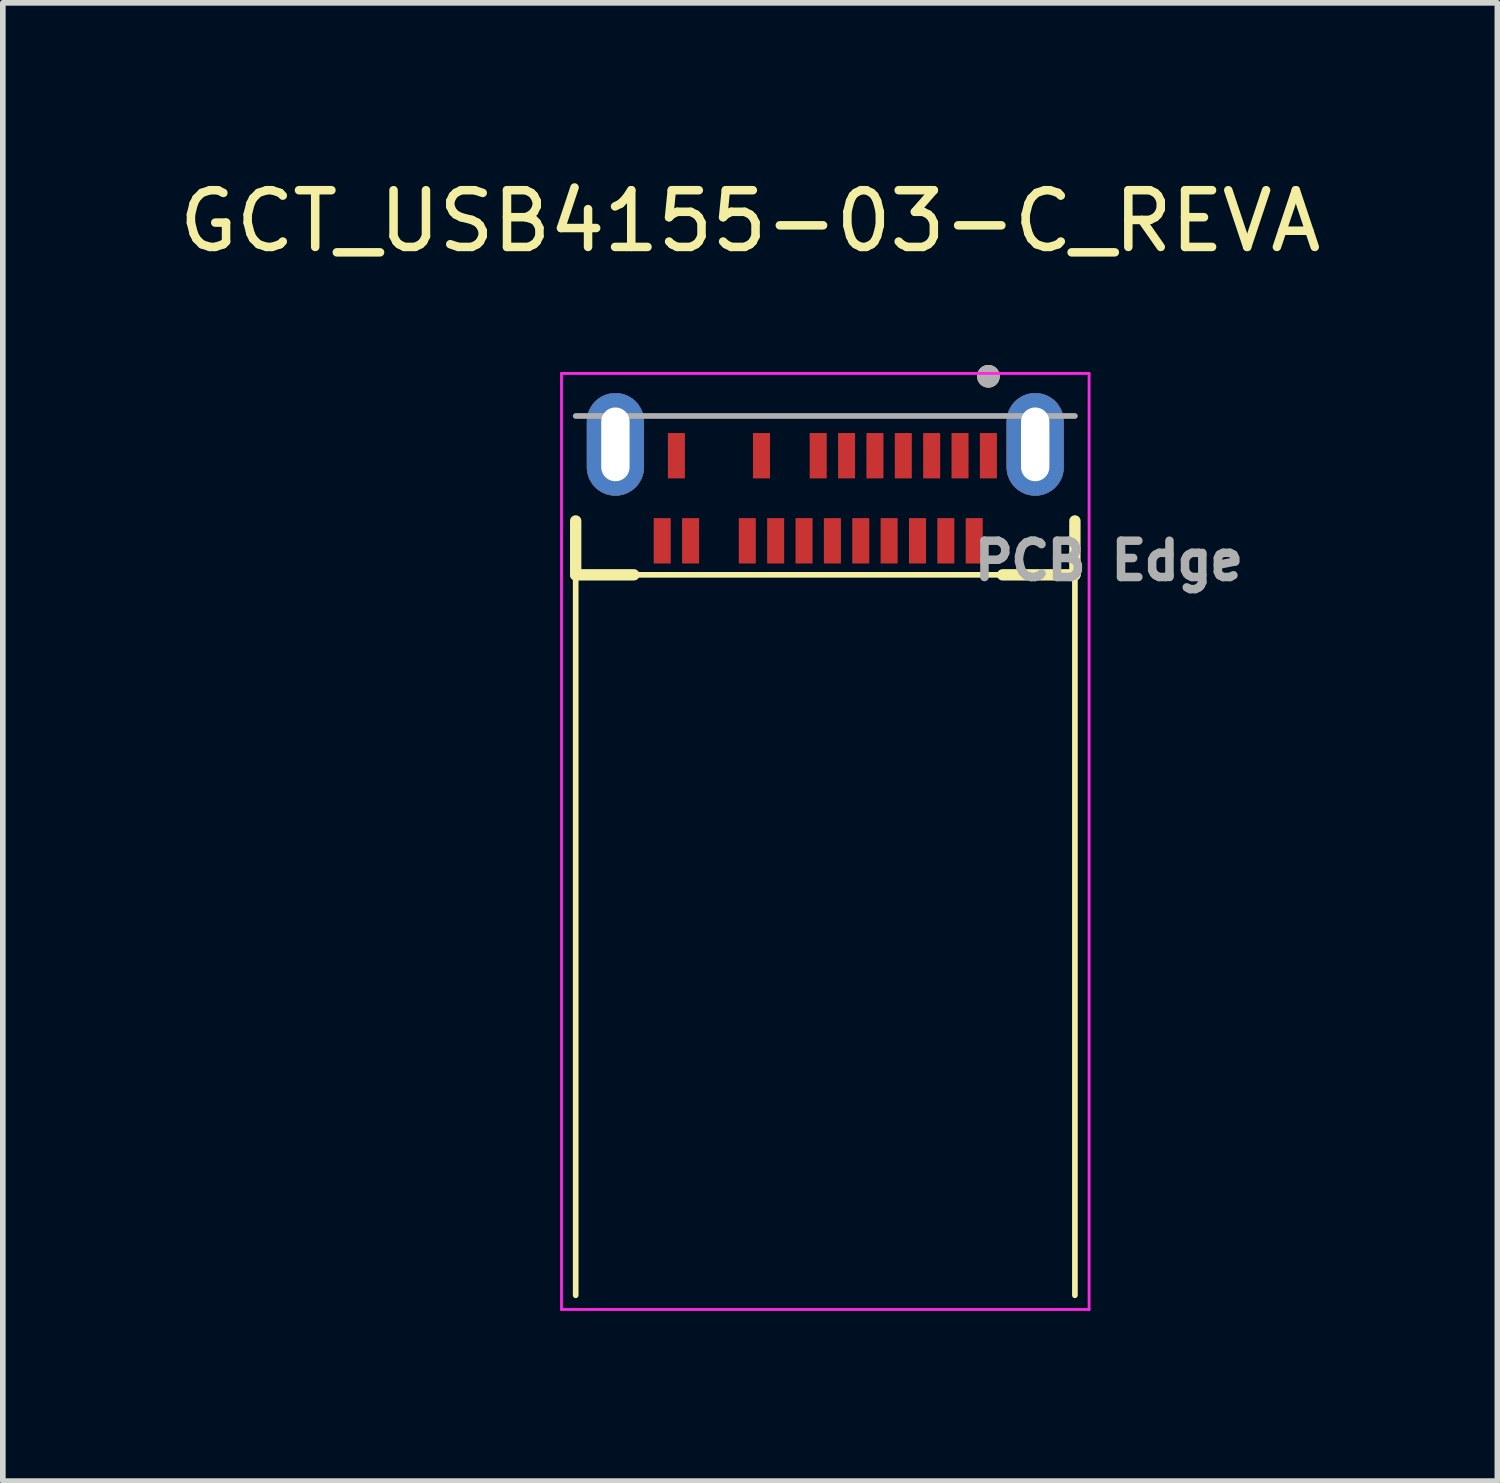
<source format=kicad_pcb>
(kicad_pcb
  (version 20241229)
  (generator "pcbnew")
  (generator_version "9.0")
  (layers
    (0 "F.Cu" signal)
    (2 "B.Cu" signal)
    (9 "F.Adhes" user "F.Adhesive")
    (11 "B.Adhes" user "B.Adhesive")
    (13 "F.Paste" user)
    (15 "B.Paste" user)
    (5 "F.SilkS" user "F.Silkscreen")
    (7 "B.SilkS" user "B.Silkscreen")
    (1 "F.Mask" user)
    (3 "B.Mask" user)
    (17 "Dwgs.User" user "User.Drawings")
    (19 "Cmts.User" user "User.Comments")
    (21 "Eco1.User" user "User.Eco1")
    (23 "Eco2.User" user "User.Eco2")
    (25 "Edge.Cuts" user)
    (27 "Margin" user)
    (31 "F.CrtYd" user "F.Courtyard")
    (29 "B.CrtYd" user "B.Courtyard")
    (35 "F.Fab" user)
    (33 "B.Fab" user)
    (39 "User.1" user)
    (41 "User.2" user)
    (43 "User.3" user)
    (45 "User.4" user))
  (footprint "GCT_USB4155-03-C_REVA"
    (layer "F.Cu")
    (at 11.498 5.733)
    (property "Reference" "GCT_USB4155-03-C_REVA" (at -1.325 -4.885 0) (layer "F.SilkS") (effects (font (size 1 1) (thickness 0.15))))
    (attr through_hole)
    (fp_poly (pts (xy -3.7 -1.85) (xy -3.726 -1.849) (xy -3.752 -1.847) (xy -3.778 -1.844) (xy -3.804 -1.839) (xy -3.829 -1.833) (xy -3.855 -1.826) (xy -3.879 -1.817) (xy -3.903 -1.807) (xy -3.927 -1.796) (xy -3.95 -1.783) (xy -3.972 -1.769) (xy -3.994 -1.755) (xy -4.015 -1.739) (xy -4.035 -1.722) (xy -4.054 -1.704) (xy -4.072 -1.685) (xy -4.089 -1.665) (xy -4.105 -1.644) (xy -4.119 -1.622) (xy -4.133 -1.6) (xy -4.146 -1.577) (xy -4.157 -1.553) (xy -4.167 -1.529) (xy -4.176 -1.505) (xy -4.183 -1.479) (xy -4.189 -1.454) (xy -4.194 -1.428) (xy -4.197 -1.402) (xy -4.199 -1.376) (xy -4.2 -1.35) (xy -4.2 -0.55) (xy -4.199 -0.524) (xy -4.197 -0.498) (xy -4.194 -0.472) (xy -4.189 -0.446) (xy -4.183 -0.421) (xy -4.176 -0.395) (xy -4.167 -0.371) (xy -4.157 -0.347) (xy -4.146 -0.323) (xy -4.133 -0.3) (xy -4.119 -0.278) (xy -4.105 -0.256) (xy -4.089 -0.235) (xy -4.072 -0.215) (xy -4.054 -0.196) (xy -4.035 -0.178) (xy -4.015 -0.161) (xy -3.994 -0.145) (xy -3.972 -0.131) (xy -3.95 -0.117) (xy -3.927 -0.104) (xy -3.903 -0.093) (xy -3.879 -0.083) (xy -3.855 -0.074) (xy -3.829 -0.067) (xy -3.804 -0.061) (xy -3.778 -0.056) (xy -3.752 -0.053) (xy -3.726 -0.051) (xy -3.7 -0.05) (xy -3.674 -0.051) (xy -3.648 -0.053) (xy -3.622 -0.056) (xy -3.596 -0.061) (xy -3.571 -0.067) (xy -3.545 -0.074) (xy -3.521 -0.083) (xy -3.497 -0.093) (xy -3.473 -0.104) (xy -3.45 -0.117) (xy -3.428 -0.131) (xy -3.406 -0.145) (xy -3.385 -0.161) (xy -3.365 -0.178) (xy -3.346 -0.196) (xy -3.328 -0.215) (xy -3.311 -0.235) (xy -3.295 -0.256) (xy -3.281 -0.278) (xy -3.267 -0.3) (xy -3.254 -0.323) (xy -3.243 -0.347) (xy -3.233 -0.371) (xy -3.224 -0.395) (xy -3.217 -0.421) (xy -3.211 -0.446) (xy -3.206 -0.472) (xy -3.203 -0.498) (xy -3.201 -0.524) (xy -3.2 -0.55) (xy -3.2 -1.35) (xy -3.201 -1.376) (xy -3.203 -1.402) (xy -3.206 -1.428) (xy -3.211 -1.454) (xy -3.217 -1.479) (xy -3.224 -1.505) (xy -3.233 -1.529) (xy -3.243 -1.553) (xy -3.254 -1.577) (xy -3.267 -1.6) (xy -3.281 -1.622) (xy -3.295 -1.644) (xy -3.311 -1.665) (xy -3.328 -1.685) (xy -3.346 -1.704) (xy -3.365 -1.722) (xy -3.385 -1.739) (xy -3.406 -1.755) (xy -3.428 -1.769) (xy -3.45 -1.783) (xy -3.473 -1.796) (xy -3.497 -1.807) (xy -3.521 -1.817) (xy -3.545 -1.826) (xy -3.571 -1.833) (xy -3.596 -1.839) (xy -3.622 -1.844) (xy -3.648 -1.847) (xy -3.674 -1.849) (xy -3.7 -1.85)) (stroke (width 0.01) (type solid)) (fill yes) (layer "F.Cu"))
    (fp_poly (pts (xy 3.7 -1.85) (xy 3.674 -1.849) (xy 3.648 -1.847) (xy 3.622 -1.844) (xy 3.596 -1.839) (xy 3.571 -1.833) (xy 3.545 -1.826) (xy 3.521 -1.817) (xy 3.497 -1.807) (xy 3.473 -1.796) (xy 3.45 -1.783) (xy 3.428 -1.769) (xy 3.406 -1.755) (xy 3.385 -1.739) (xy 3.365 -1.722) (xy 3.346 -1.704) (xy 3.328 -1.685) (xy 3.311 -1.665) (xy 3.295 -1.644) (xy 3.281 -1.622) (xy 3.267 -1.6) (xy 3.254 -1.577) (xy 3.243 -1.553) (xy 3.233 -1.529) (xy 3.224 -1.505) (xy 3.217 -1.479) (xy 3.211 -1.454) (xy 3.206 -1.428) (xy 3.203 -1.402) (xy 3.201 -1.376) (xy 3.2 -1.35) (xy 3.2 -0.55) (xy 3.201 -0.524) (xy 3.203 -0.498) (xy 3.206 -0.472) (xy 3.211 -0.446) (xy 3.217 -0.421) (xy 3.224 -0.395) (xy 3.233 -0.371) (xy 3.243 -0.347) (xy 3.254 -0.323) (xy 3.267 -0.3) (xy 3.281 -0.278) (xy 3.295 -0.256) (xy 3.311 -0.235) (xy 3.328 -0.215) (xy 3.346 -0.196) (xy 3.365 -0.178) (xy 3.385 -0.161) (xy 3.406 -0.145) (xy 3.428 -0.131) (xy 3.45 -0.117) (xy 3.473 -0.104) (xy 3.497 -0.093) (xy 3.521 -0.083) (xy 3.545 -0.074) (xy 3.571 -0.067) (xy 3.596 -0.061) (xy 3.622 -0.056) (xy 3.648 -0.053) (xy 3.674 -0.051) (xy 3.7 -0.05) (xy 3.726 -0.051) (xy 3.752 -0.053) (xy 3.778 -0.056) (xy 3.804 -0.061) (xy 3.829 -0.067) (xy 3.855 -0.074) (xy 3.879 -0.083) (xy 3.903 -0.093) (xy 3.927 -0.104) (xy 3.95 -0.117) (xy 3.972 -0.131) (xy 3.994 -0.145) (xy 4.015 -0.161) (xy 4.035 -0.178) (xy 4.054 -0.196) (xy 4.072 -0.215) (xy 4.089 -0.235) (xy 4.105 -0.256) (xy 4.119 -0.278) (xy 4.133 -0.3) (xy 4.146 -0.323) (xy 4.157 -0.347) (xy 4.167 -0.371) (xy 4.176 -0.395) (xy 4.183 -0.421) (xy 4.189 -0.446) (xy 4.194 -0.472) (xy 4.197 -0.498) (xy 4.199 -0.524) (xy 4.2 -0.55) (xy 4.2 -1.35) (xy 4.199 -1.376) (xy 4.197 -1.402) (xy 4.194 -1.428) (xy 4.189 -1.454) (xy 4.183 -1.479) (xy 4.176 -1.505) (xy 4.167 -1.529) (xy 4.157 -1.553) (xy 4.146 -1.577) (xy 4.133 -1.6) (xy 4.119 -1.622) (xy 4.105 -1.644) (xy 4.089 -1.665) (xy 4.072 -1.685) (xy 4.054 -1.704) (xy 4.035 -1.722) (xy 4.015 -1.739) (xy 3.994 -1.755) (xy 3.972 -1.769) (xy 3.95 -1.783) (xy 3.927 -1.796) (xy 3.903 -1.807) (xy 3.879 -1.817) (xy 3.855 -1.826) (xy 3.829 -1.833) (xy 3.804 -1.839) (xy 3.778 -1.844) (xy 3.752 -1.847) (xy 3.726 -1.849) (xy 3.7 -1.85)) (stroke (width 0.01) (type solid)) (fill yes) (layer "F.Cu"))
    (fp_poly (pts (xy -3.7 -1.95) (xy -3.731 -1.949) (xy -3.763 -1.947) (xy -3.794 -1.943) (xy -3.825 -1.937) (xy -3.855 -1.93) (xy -3.885 -1.921) (xy -3.915 -1.91) (xy -3.944 -1.898) (xy -3.972 -1.885) (xy -4 -1.87) (xy -4.027 -1.853) (xy -4.053 -1.835) (xy -4.078 -1.816) (xy -4.101 -1.796) (xy -4.124 -1.774) (xy -4.146 -1.751) (xy -4.166 -1.728) (xy -4.185 -1.703) (xy -4.203 -1.677) (xy -4.22 -1.65) (xy -4.235 -1.622) (xy -4.248 -1.594) (xy -4.26 -1.565) (xy -4.271 -1.535) (xy -4.28 -1.505) (xy -4.287 -1.475) (xy -4.293 -1.444) (xy -4.297 -1.413) (xy -4.299 -1.381) (xy -4.3 -1.35) (xy -4.3 -0.55) (xy -4.299 -0.519) (xy -4.297 -0.487) (xy -4.293 -0.456) (xy -4.287 -0.425) (xy -4.28 -0.395) (xy -4.271 -0.365) (xy -4.26 -0.335) (xy -4.248 -0.306) (xy -4.235 -0.278) (xy -4.22 -0.25) (xy -4.203 -0.223) (xy -4.185 -0.197) (xy -4.166 -0.172) (xy -4.146 -0.149) (xy -4.124 -0.126) (xy -4.101 -0.104) (xy -4.078 -0.084) (xy -4.053 -0.065) (xy -4.027 -0.047) (xy -4 -0.03) (xy -3.972 -0.015) (xy -3.944 -0.002) (xy -3.915 0.01) (xy -3.885 0.021) (xy -3.855 0.03) (xy -3.825 0.037) (xy -3.794 0.043) (xy -3.763 0.047) (xy -3.731 0.049) (xy -3.7 0.05) (xy -3.669 0.049) (xy -3.637 0.047) (xy -3.606 0.043) (xy -3.575 0.037) (xy -3.545 0.03) (xy -3.515 0.021) (xy -3.485 0.01) (xy -3.456 -0.002) (xy -3.428 -0.015) (xy -3.4 -0.03) (xy -3.373 -0.047) (xy -3.347 -0.065) (xy -3.322 -0.084) (xy -3.299 -0.104) (xy -3.276 -0.126) (xy -3.254 -0.149) (xy -3.234 -0.172) (xy -3.215 -0.197) (xy -3.197 -0.223) (xy -3.18 -0.25) (xy -3.165 -0.278) (xy -3.152 -0.306) (xy -3.14 -0.335) (xy -3.129 -0.365) (xy -3.12 -0.395) (xy -3.113 -0.425) (xy -3.107 -0.456) (xy -3.103 -0.487) (xy -3.101 -0.519) (xy -3.1 -0.55) (xy -3.1 -1.35) (xy -3.101 -1.381) (xy -3.103 -1.413) (xy -3.107 -1.444) (xy -3.113 -1.475) (xy -3.12 -1.505) (xy -3.129 -1.535) (xy -3.14 -1.565) (xy -3.152 -1.594) (xy -3.165 -1.622) (xy -3.18 -1.65) (xy -3.197 -1.677) (xy -3.215 -1.703) (xy -3.234 -1.728) (xy -3.254 -1.751) (xy -3.276 -1.774) (xy -3.299 -1.796) (xy -3.322 -1.816) (xy -3.347 -1.835) (xy -3.373 -1.853) (xy -3.4 -1.87) (xy -3.428 -1.885) (xy -3.456 -1.898) (xy -3.485 -1.91) (xy -3.515 -1.921) (xy -3.545 -1.93) (xy -3.575 -1.937) (xy -3.606 -1.943) (xy -3.637 -1.947) (xy -3.669 -1.949) (xy -3.7 -1.95)) (stroke (width 0.01) (type solid)) (fill yes) (layer "F.Mask"))
    (fp_poly (pts (xy 3.7 -1.95) (xy 3.669 -1.949) (xy 3.637 -1.947) (xy 3.606 -1.943) (xy 3.575 -1.937) (xy 3.545 -1.93) (xy 3.515 -1.921) (xy 3.485 -1.91) (xy 3.456 -1.898) (xy 3.428 -1.885) (xy 3.4 -1.87) (xy 3.373 -1.853) (xy 3.347 -1.835) (xy 3.322 -1.816) (xy 3.299 -1.796) (xy 3.276 -1.774) (xy 3.254 -1.751) (xy 3.234 -1.728) (xy 3.215 -1.703) (xy 3.197 -1.677) (xy 3.18 -1.65) (xy 3.165 -1.622) (xy 3.152 -1.594) (xy 3.14 -1.565) (xy 3.129 -1.535) (xy 3.12 -1.505) (xy 3.113 -1.475) (xy 3.107 -1.444) (xy 3.103 -1.413) (xy 3.101 -1.381) (xy 3.1 -1.35) (xy 3.1 -0.55) (xy 3.101 -0.519) (xy 3.103 -0.487) (xy 3.107 -0.456) (xy 3.113 -0.425) (xy 3.12 -0.395) (xy 3.129 -0.365) (xy 3.14 -0.335) (xy 3.152 -0.306) (xy 3.165 -0.278) (xy 3.18 -0.25) (xy 3.197 -0.223) (xy 3.215 -0.197) (xy 3.234 -0.172) (xy 3.254 -0.149) (xy 3.276 -0.126) (xy 3.299 -0.104) (xy 3.322 -0.084) (xy 3.347 -0.065) (xy 3.373 -0.047) (xy 3.4 -0.03) (xy 3.428 -0.015) (xy 3.456 -0.002) (xy 3.485 0.01) (xy 3.515 0.021) (xy 3.545 0.03) (xy 3.575 0.037) (xy 3.606 0.043) (xy 3.637 0.047) (xy 3.669 0.049) (xy 3.7 0.05) (xy 3.731 0.049) (xy 3.763 0.047) (xy 3.794 0.043) (xy 3.825 0.037) (xy 3.855 0.03) (xy 3.885 0.021) (xy 3.915 0.01) (xy 3.944 -0.002) (xy 3.972 -0.015) (xy 4 -0.03) (xy 4.027 -0.047) (xy 4.053 -0.065) (xy 4.078 -0.084) (xy 4.101 -0.104) (xy 4.124 -0.126) (xy 4.146 -0.149) (xy 4.166 -0.172) (xy 4.185 -0.197) (xy 4.203 -0.223) (xy 4.22 -0.25) (xy 4.235 -0.278) (xy 4.248 -0.306) (xy 4.26 -0.335) (xy 4.271 -0.365) (xy 4.28 -0.395) (xy 4.287 -0.425) (xy 4.293 -0.456) (xy 4.297 -0.487) (xy 4.299 -0.519) (xy 4.3 -0.55) (xy 4.3 -1.35) (xy 4.299 -1.381) (xy 4.297 -1.413) (xy 4.293 -1.444) (xy 4.287 -1.475) (xy 4.28 -1.505) (xy 4.271 -1.535) (xy 4.26 -1.565) (xy 4.248 -1.594) (xy 4.235 -1.622) (xy 4.22 -1.65) (xy 4.203 -1.677) (xy 4.185 -1.703) (xy 4.166 -1.728) (xy 4.146 -1.751) (xy 4.124 -1.774) (xy 4.101 -1.796) (xy 4.078 -1.816) (xy 4.053 -1.835) (xy 4.027 -1.853) (xy 4 -1.87) (xy 3.972 -1.885) (xy 3.944 -1.898) (xy 3.915 -1.91) (xy 3.885 -1.921) (xy 3.855 -1.93) (xy 3.825 -1.937) (xy 3.794 -1.943) (xy 3.763 -1.947) (xy 3.731 -1.949) (xy 3.7 -1.95)) (stroke (width 0.01) (type solid)) (fill yes) (layer "F.Mask"))
    (fp_poly (pts (xy -3.7 -1.85) (xy -3.726 -1.849) (xy -3.752 -1.847) (xy -3.778 -1.844) (xy -3.804 -1.839) (xy -3.829 -1.833) (xy -3.855 -1.826) (xy -3.879 -1.817) (xy -3.903 -1.807) (xy -3.927 -1.796) (xy -3.95 -1.783) (xy -3.972 -1.769) (xy -3.994 -1.755) (xy -4.015 -1.739) (xy -4.035 -1.722) (xy -4.054 -1.704) (xy -4.072 -1.685) (xy -4.089 -1.665) (xy -4.105 -1.644) (xy -4.119 -1.622) (xy -4.133 -1.6) (xy -4.146 -1.577) (xy -4.157 -1.553) (xy -4.167 -1.529) (xy -4.176 -1.505) (xy -4.183 -1.479) (xy -4.189 -1.454) (xy -4.194 -1.428) (xy -4.197 -1.402) (xy -4.199 -1.376) (xy -4.2 -1.35) (xy -4.2 -0.55) (xy -4.199 -0.524) (xy -4.197 -0.498) (xy -4.194 -0.472) (xy -4.189 -0.446) (xy -4.183 -0.421) (xy -4.176 -0.395) (xy -4.167 -0.371) (xy -4.157 -0.347) (xy -4.146 -0.323) (xy -4.133 -0.3) (xy -4.119 -0.278) (xy -4.105 -0.256) (xy -4.089 -0.235) (xy -4.072 -0.215) (xy -4.054 -0.196) (xy -4.035 -0.178) (xy -4.015 -0.161) (xy -3.994 -0.145) (xy -3.972 -0.131) (xy -3.95 -0.117) (xy -3.927 -0.104) (xy -3.903 -0.093) (xy -3.879 -0.083) (xy -3.855 -0.074) (xy -3.829 -0.067) (xy -3.804 -0.061) (xy -3.778 -0.056) (xy -3.752 -0.053) (xy -3.726 -0.051) (xy -3.7 -0.05) (xy -3.674 -0.051) (xy -3.648 -0.053) (xy -3.622 -0.056) (xy -3.596 -0.061) (xy -3.571 -0.067) (xy -3.545 -0.074) (xy -3.521 -0.083) (xy -3.497 -0.093) (xy -3.473 -0.104) (xy -3.45 -0.117) (xy -3.428 -0.131) (xy -3.406 -0.145) (xy -3.385 -0.161) (xy -3.365 -0.178) (xy -3.346 -0.196) (xy -3.328 -0.215) (xy -3.311 -0.235) (xy -3.295 -0.256) (xy -3.281 -0.278) (xy -3.267 -0.3) (xy -3.254 -0.323) (xy -3.243 -0.347) (xy -3.233 -0.371) (xy -3.224 -0.395) (xy -3.217 -0.421) (xy -3.211 -0.446) (xy -3.206 -0.472) (xy -3.203 -0.498) (xy -3.201 -0.524) (xy -3.2 -0.55) (xy -3.2 -1.35) (xy -3.201 -1.376) (xy -3.203 -1.402) (xy -3.206 -1.428) (xy -3.211 -1.454) (xy -3.217 -1.479) (xy -3.224 -1.505) (xy -3.233 -1.529) (xy -3.243 -1.553) (xy -3.254 -1.577) (xy -3.267 -1.6) (xy -3.281 -1.622) (xy -3.295 -1.644) (xy -3.311 -1.665) (xy -3.328 -1.685) (xy -3.346 -1.704) (xy -3.365 -1.722) (xy -3.385 -1.739) (xy -3.406 -1.755) (xy -3.428 -1.769) (xy -3.45 -1.783) (xy -3.473 -1.796) (xy -3.497 -1.807) (xy -3.521 -1.817) (xy -3.545 -1.826) (xy -3.571 -1.833) (xy -3.596 -1.839) (xy -3.622 -1.844) (xy -3.648 -1.847) (xy -3.674 -1.849) (xy -3.7 -1.85)) (stroke (width 0.01) (type solid)) (fill yes) (layer "B.Cu"))
    (fp_poly (pts (xy 3.7 -1.85) (xy 3.674 -1.849) (xy 3.648 -1.847) (xy 3.622 -1.844) (xy 3.596 -1.839) (xy 3.571 -1.833) (xy 3.545 -1.826) (xy 3.521 -1.817) (xy 3.497 -1.807) (xy 3.473 -1.796) (xy 3.45 -1.783) (xy 3.428 -1.769) (xy 3.406 -1.755) (xy 3.385 -1.739) (xy 3.365 -1.722) (xy 3.346 -1.704) (xy 3.328 -1.685) (xy 3.311 -1.665) (xy 3.295 -1.644) (xy 3.281 -1.622) (xy 3.267 -1.6) (xy 3.254 -1.577) (xy 3.243 -1.553) (xy 3.233 -1.529) (xy 3.224 -1.505) (xy 3.217 -1.479) (xy 3.211 -1.454) (xy 3.206 -1.428) (xy 3.203 -1.402) (xy 3.201 -1.376) (xy 3.2 -1.35) (xy 3.2 -0.55) (xy 3.201 -0.524) (xy 3.203 -0.498) (xy 3.206 -0.472) (xy 3.211 -0.446) (xy 3.217 -0.421) (xy 3.224 -0.395) (xy 3.233 -0.371) (xy 3.243 -0.347) (xy 3.254 -0.323) (xy 3.267 -0.3) (xy 3.281 -0.278) (xy 3.295 -0.256) (xy 3.311 -0.235) (xy 3.328 -0.215) (xy 3.346 -0.196) (xy 3.365 -0.178) (xy 3.385 -0.161) (xy 3.406 -0.145) (xy 3.428 -0.131) (xy 3.45 -0.117) (xy 3.473 -0.104) (xy 3.497 -0.093) (xy 3.521 -0.083) (xy 3.545 -0.074) (xy 3.571 -0.067) (xy 3.596 -0.061) (xy 3.622 -0.056) (xy 3.648 -0.053) (xy 3.674 -0.051) (xy 3.7 -0.05) (xy 3.726 -0.051) (xy 3.752 -0.053) (xy 3.778 -0.056) (xy 3.804 -0.061) (xy 3.829 -0.067) (xy 3.855 -0.074) (xy 3.879 -0.083) (xy 3.903 -0.093) (xy 3.927 -0.104) (xy 3.95 -0.117) (xy 3.972 -0.131) (xy 3.994 -0.145) (xy 4.015 -0.161) (xy 4.035 -0.178) (xy 4.054 -0.196) (xy 4.072 -0.215) (xy 4.089 -0.235) (xy 4.105 -0.256) (xy 4.119 -0.278) (xy 4.133 -0.3) (xy 4.146 -0.323) (xy 4.157 -0.347) (xy 4.167 -0.371) (xy 4.176 -0.395) (xy 4.183 -0.421) (xy 4.189 -0.446) (xy 4.194 -0.472) (xy 4.197 -0.498) (xy 4.199 -0.524) (xy 4.2 -0.55) (xy 4.2 -1.35) (xy 4.199 -1.376) (xy 4.197 -1.402) (xy 4.194 -1.428) (xy 4.189 -1.454) (xy 4.183 -1.479) (xy 4.176 -1.505) (xy 4.167 -1.529) (xy 4.157 -1.553) (xy 4.146 -1.577) (xy 4.133 -1.6) (xy 4.119 -1.622) (xy 4.105 -1.644) (xy 4.089 -1.665) (xy 4.072 -1.685) (xy 4.054 -1.704) (xy 4.035 -1.722) (xy 4.015 -1.739) (xy 3.994 -1.755) (xy 3.972 -1.769) (xy 3.95 -1.783) (xy 3.927 -1.796) (xy 3.903 -1.807) (xy 3.879 -1.817) (xy 3.855 -1.826) (xy 3.829 -1.833) (xy 3.804 -1.839) (xy 3.778 -1.844) (xy 3.752 -1.847) (xy 3.726 -1.849) (xy 3.7 -1.85)) (stroke (width 0.01) (type solid)) (fill yes) (layer "B.Cu"))
    (fp_poly (pts (xy -3.7 -1.95) (xy -3.731 -1.949) (xy -3.763 -1.947) (xy -3.794 -1.943) (xy -3.825 -1.937) (xy -3.855 -1.93) (xy -3.885 -1.921) (xy -3.915 -1.91) (xy -3.944 -1.898) (xy -3.972 -1.885) (xy -4 -1.87) (xy -4.027 -1.853) (xy -4.053 -1.835) (xy -4.078 -1.816) (xy -4.101 -1.796) (xy -4.124 -1.774) (xy -4.146 -1.751) (xy -4.166 -1.728) (xy -4.185 -1.703) (xy -4.203 -1.677) (xy -4.22 -1.65) (xy -4.235 -1.622) (xy -4.248 -1.594) (xy -4.26 -1.565) (xy -4.271 -1.535) (xy -4.28 -1.505) (xy -4.287 -1.475) (xy -4.293 -1.444) (xy -4.297 -1.413) (xy -4.299 -1.381) (xy -4.3 -1.35) (xy -4.3 -0.55) (xy -4.299 -0.519) (xy -4.297 -0.487) (xy -4.293 -0.456) (xy -4.287 -0.425) (xy -4.28 -0.395) (xy -4.271 -0.365) (xy -4.26 -0.335) (xy -4.248 -0.306) (xy -4.235 -0.278) (xy -4.22 -0.25) (xy -4.203 -0.223) (xy -4.185 -0.197) (xy -4.166 -0.172) (xy -4.146 -0.149) (xy -4.124 -0.126) (xy -4.101 -0.104) (xy -4.078 -0.084) (xy -4.053 -0.065) (xy -4.027 -0.047) (xy -4 -0.03) (xy -3.972 -0.015) (xy -3.944 -0.002) (xy -3.915 0.01) (xy -3.885 0.021) (xy -3.855 0.03) (xy -3.825 0.037) (xy -3.794 0.043) (xy -3.763 0.047) (xy -3.731 0.049) (xy -3.7 0.05) (xy -3.669 0.049) (xy -3.637 0.047) (xy -3.606 0.043) (xy -3.575 0.037) (xy -3.545 0.03) (xy -3.515 0.021) (xy -3.485 0.01) (xy -3.456 -0.002) (xy -3.428 -0.015) (xy -3.4 -0.03) (xy -3.373 -0.047) (xy -3.347 -0.065) (xy -3.322 -0.084) (xy -3.299 -0.104) (xy -3.276 -0.126) (xy -3.254 -0.149) (xy -3.234 -0.172) (xy -3.215 -0.197) (xy -3.197 -0.223) (xy -3.18 -0.25) (xy -3.165 -0.278) (xy -3.152 -0.306) (xy -3.14 -0.335) (xy -3.129 -0.365) (xy -3.12 -0.395) (xy -3.113 -0.425) (xy -3.107 -0.456) (xy -3.103 -0.487) (xy -3.101 -0.519) (xy -3.1 -0.55) (xy -3.1 -1.35) (xy -3.101 -1.381) (xy -3.103 -1.413) (xy -3.107 -1.444) (xy -3.113 -1.475) (xy -3.12 -1.505) (xy -3.129 -1.535) (xy -3.14 -1.565) (xy -3.152 -1.594) (xy -3.165 -1.622) (xy -3.18 -1.65) (xy -3.197 -1.677) (xy -3.215 -1.703) (xy -3.234 -1.728) (xy -3.254 -1.751) (xy -3.276 -1.774) (xy -3.299 -1.796) (xy -3.322 -1.816) (xy -3.347 -1.835) (xy -3.373 -1.853) (xy -3.4 -1.87) (xy -3.428 -1.885) (xy -3.456 -1.898) (xy -3.485 -1.91) (xy -3.515 -1.921) (xy -3.545 -1.93) (xy -3.575 -1.937) (xy -3.606 -1.943) (xy -3.637 -1.947) (xy -3.669 -1.949) (xy -3.7 -1.95)) (stroke (width 0.01) (type solid)) (fill yes) (layer "B.Mask"))
    (fp_poly (pts (xy 3.7 -1.95) (xy 3.669 -1.949) (xy 3.637 -1.947) (xy 3.606 -1.943) (xy 3.575 -1.937) (xy 3.545 -1.93) (xy 3.515 -1.921) (xy 3.485 -1.91) (xy 3.456 -1.898) (xy 3.428 -1.885) (xy 3.4 -1.87) (xy 3.373 -1.853) (xy 3.347 -1.835) (xy 3.322 -1.816) (xy 3.299 -1.796) (xy 3.276 -1.774) (xy 3.254 -1.751) (xy 3.234 -1.728) (xy 3.215 -1.703) (xy 3.197 -1.677) (xy 3.18 -1.65) (xy 3.165 -1.622) (xy 3.152 -1.594) (xy 3.14 -1.565) (xy 3.129 -1.535) (xy 3.12 -1.505) (xy 3.113 -1.475) (xy 3.107 -1.444) (xy 3.103 -1.413) (xy 3.101 -1.381) (xy 3.1 -1.35) (xy 3.1 -0.55) (xy 3.101 -0.519) (xy 3.103 -0.487) (xy 3.107 -0.456) (xy 3.113 -0.425) (xy 3.12 -0.395) (xy 3.129 -0.365) (xy 3.14 -0.335) (xy 3.152 -0.306) (xy 3.165 -0.278) (xy 3.18 -0.25) (xy 3.197 -0.223) (xy 3.215 -0.197) (xy 3.234 -0.172) (xy 3.254 -0.149) (xy 3.276 -0.126) (xy 3.299 -0.104) (xy 3.322 -0.084) (xy 3.347 -0.065) (xy 3.373 -0.047) (xy 3.4 -0.03) (xy 3.428 -0.015) (xy 3.456 -0.002) (xy 3.485 0.01) (xy 3.515 0.021) (xy 3.545 0.03) (xy 3.575 0.037) (xy 3.606 0.043) (xy 3.637 0.047) (xy 3.669 0.049) (xy 3.7 0.05) (xy 3.731 0.049) (xy 3.763 0.047) (xy 3.794 0.043) (xy 3.825 0.037) (xy 3.855 0.03) (xy 3.885 0.021) (xy 3.915 0.01) (xy 3.944 -0.002) (xy 3.972 -0.015) (xy 4 -0.03) (xy 4.027 -0.047) (xy 4.053 -0.065) (xy 4.078 -0.084) (xy 4.101 -0.104) (xy 4.124 -0.126) (xy 4.146 -0.149) (xy 4.166 -0.172) (xy 4.185 -0.197) (xy 4.203 -0.223) (xy 4.22 -0.25) (xy 4.235 -0.278) (xy 4.248 -0.306) (xy 4.26 -0.335) (xy 4.271 -0.365) (xy 4.28 -0.395) (xy 4.287 -0.425) (xy 4.293 -0.456) (xy 4.297 -0.487) (xy 4.299 -0.519) (xy 4.3 -0.55) (xy 4.3 -1.35) (xy 4.299 -1.381) (xy 4.297 -1.413) (xy 4.293 -1.444) (xy 4.287 -1.475) (xy 4.28 -1.505) (xy 4.271 -1.535) (xy 4.26 -1.565) (xy 4.248 -1.594) (xy 4.235 -1.622) (xy 4.22 -1.65) (xy 4.203 -1.677) (xy 4.185 -1.703) (xy 4.166 -1.728) (xy 4.146 -1.751) (xy 4.124 -1.774) (xy 4.101 -1.796) (xy 4.078 -1.816) (xy 4.053 -1.835) (xy 4.027 -1.853) (xy 4 -1.87) (xy 3.972 -1.885) (xy 3.944 -1.898) (xy 3.915 -1.91) (xy 3.885 -1.921) (xy 3.855 -1.93) (xy 3.825 -1.937) (xy 3.794 -1.943) (xy 3.763 -1.947) (xy 3.731 -1.949) (xy 3.7 -1.95)) (stroke (width 0.01) (type solid)) (fill yes) (layer "B.Mask"))
    (fp_line (start -4.4 1.35) (end -4.4 0.4) (stroke (width 0.2) (type solid)) (layer "F.SilkS"))
    (fp_line (start -4.4 1.35) (end -3.375 1.35) (stroke (width 0.2) (type solid)) (layer "F.SilkS"))
    (fp_line (start -4.4 1.35) (end 4.4 1.35) (stroke (width 0.1) (type solid)) (layer "F.SilkS"))
    (fp_line (start -4.4 14.05) (end -4.4 1.4) (stroke (width 0.1) (type solid)) (layer "F.SilkS"))
    (fp_line (start 3.125 1.35) (end 4.4 1.35) (stroke (width 0.2) (type solid)) (layer "F.SilkS"))
    (fp_line (start 4.4 1.35) (end 4.4 0.4) (stroke (width 0.2) (type solid)) (layer "F.SilkS"))
    (fp_line (start 4.4 14.05) (end 4.4 1.35) (stroke (width 0.1) (type solid)) (layer "F.SilkS"))
    (fp_circle (center 2.875 -2.15) (end 2.975 -2.15) (stroke (width 0.2) (type solid)) (fill no) (layer "F.SilkS"))
    (fp_line (start -4.65 -2.2) (end 4.65 -2.2) (stroke (width 0.05) (type solid)) (layer "F.CrtYd"))
    (fp_line (start -4.65 14.3) (end -4.65 -2.2) (stroke (width 0.05) (type solid)) (layer "F.CrtYd"))
    (fp_line (start -4.65 14.3) (end 4.65 14.3) (stroke (width 0.05) (type solid)) (layer "F.CrtYd"))
    (fp_line (start 4.65 14.3) (end 4.65 -2.2) (stroke (width 0.05) (type solid)) (layer "F.CrtYd"))
    (fp_line (start -4.4 -1.45) (end 4.4 -1.45) (stroke (width 0.1) (type solid)) (layer "F.Fab"))
    (fp_circle (center 2.875 -2.15) (end 2.975 -2.15) (stroke (width 0.2) (type solid)) (fill no) (layer "F.Fab"))
    (fp_text user "PCB Edge" (at 5 1.1 0) (layer "F.Fab") (effects (font (size 0.64 0.64) (thickness 0.15))))
    (pad "A1" smd rect (at 2.875 -0.75) (size 0.3 0.8) (layers "F.Cu" "F.Mask" "F.Paste"))
    (pad "A2" smd rect (at 2.375 -0.75) (size 0.3 0.8) (layers "F.Cu" "F.Mask" "F.Paste"))
    (pad "A3" smd rect (at 1.875 -0.75) (size 0.3 0.8) (layers "F.Cu" "F.Mask" "F.Paste"))
    (pad "A4" smd rect (at 1.375 -0.75) (size 0.3 0.8) (layers "F.Cu" "F.Mask" "F.Paste"))
    (pad "A5" smd rect (at 0.875 -0.75) (size 0.3 0.8) (layers "F.Cu" "F.Mask" "F.Paste"))
    (pad "A6" smd rect (at 0.375 -0.75) (size 0.3 0.8) (layers "F.Cu" "F.Mask" "F.Paste"))
    (pad "A7" smd rect (at -0.125 -0.75) (size 0.3 0.8) (layers "F.Cu" "F.Mask" "F.Paste"))
    (pad "A9" smd rect (at -1.125 -0.75) (size 0.3 0.8) (layers "F.Cu" "F.Mask" "F.Paste"))
    (pad "A12" smd rect (at -2.625 -0.75) (size 0.3 0.8) (layers "F.Cu" "F.Mask" "F.Paste"))
    (pad "B1" smd rect (at -2.875 0.75) (size 0.3 0.8) (layers "F.Cu" "F.Mask" "F.Paste"))
    (pad "B2" smd rect (at -2.375 0.75) (size 0.3 0.8) (layers "F.Cu" "F.Mask" "F.Paste"))
    (pad "B4" smd rect (at -1.375 0.75) (size 0.3 0.8) (layers "F.Cu" "F.Mask" "F.Paste"))
    (pad "B5" smd rect (at -0.875 0.75) (size 0.3 0.8) (layers "F.Cu" "F.Mask" "F.Paste"))
    (pad "B6" smd rect (at -0.375 0.75) (size 0.3 0.8) (layers "F.Cu" "F.Mask" "F.Paste"))
    (pad "B7" smd rect (at 0.125 0.75) (size 0.3 0.8) (layers "F.Cu" "F.Mask" "F.Paste"))
    (pad "B8" smd rect (at 0.625 0.75) (size 0.3 0.8) (layers "F.Cu" "F.Mask" "F.Paste"))
    (pad "B9" smd rect (at 1.125 0.75) (size 0.3 0.8) (layers "F.Cu" "F.Mask" "F.Paste"))
    (pad "B10" smd rect (at 1.625 0.75) (size 0.3 0.8) (layers "F.Cu" "F.Mask" "F.Paste"))
    (pad "B11" smd rect (at 2.125 0.75) (size 0.3 0.8) (layers "F.Cu" "F.Mask" "F.Paste"))
    (pad "B12" smd rect (at 2.625 0.75) (size 0.3 0.8) (layers "F.Cu" "F.Mask" "F.Paste"))
    (pad "S1" thru_hole oval (at -3.7 -0.95) (size 0.8 1.6) (drill oval 0.5 1.3) (layers "*.Cu"))
    (pad "S2" thru_hole oval (at 3.7 -0.95) (size 0.8 1.6) (drill oval 0.5 1.3) (layers "*.Cu")))
  (gr_rect
    (start -3 -3)
    (end 23.345 23.058)
    (stroke (width 0.1) (type default))
    (fill no)
    (layer "Edge.Cuts")))
</source>
